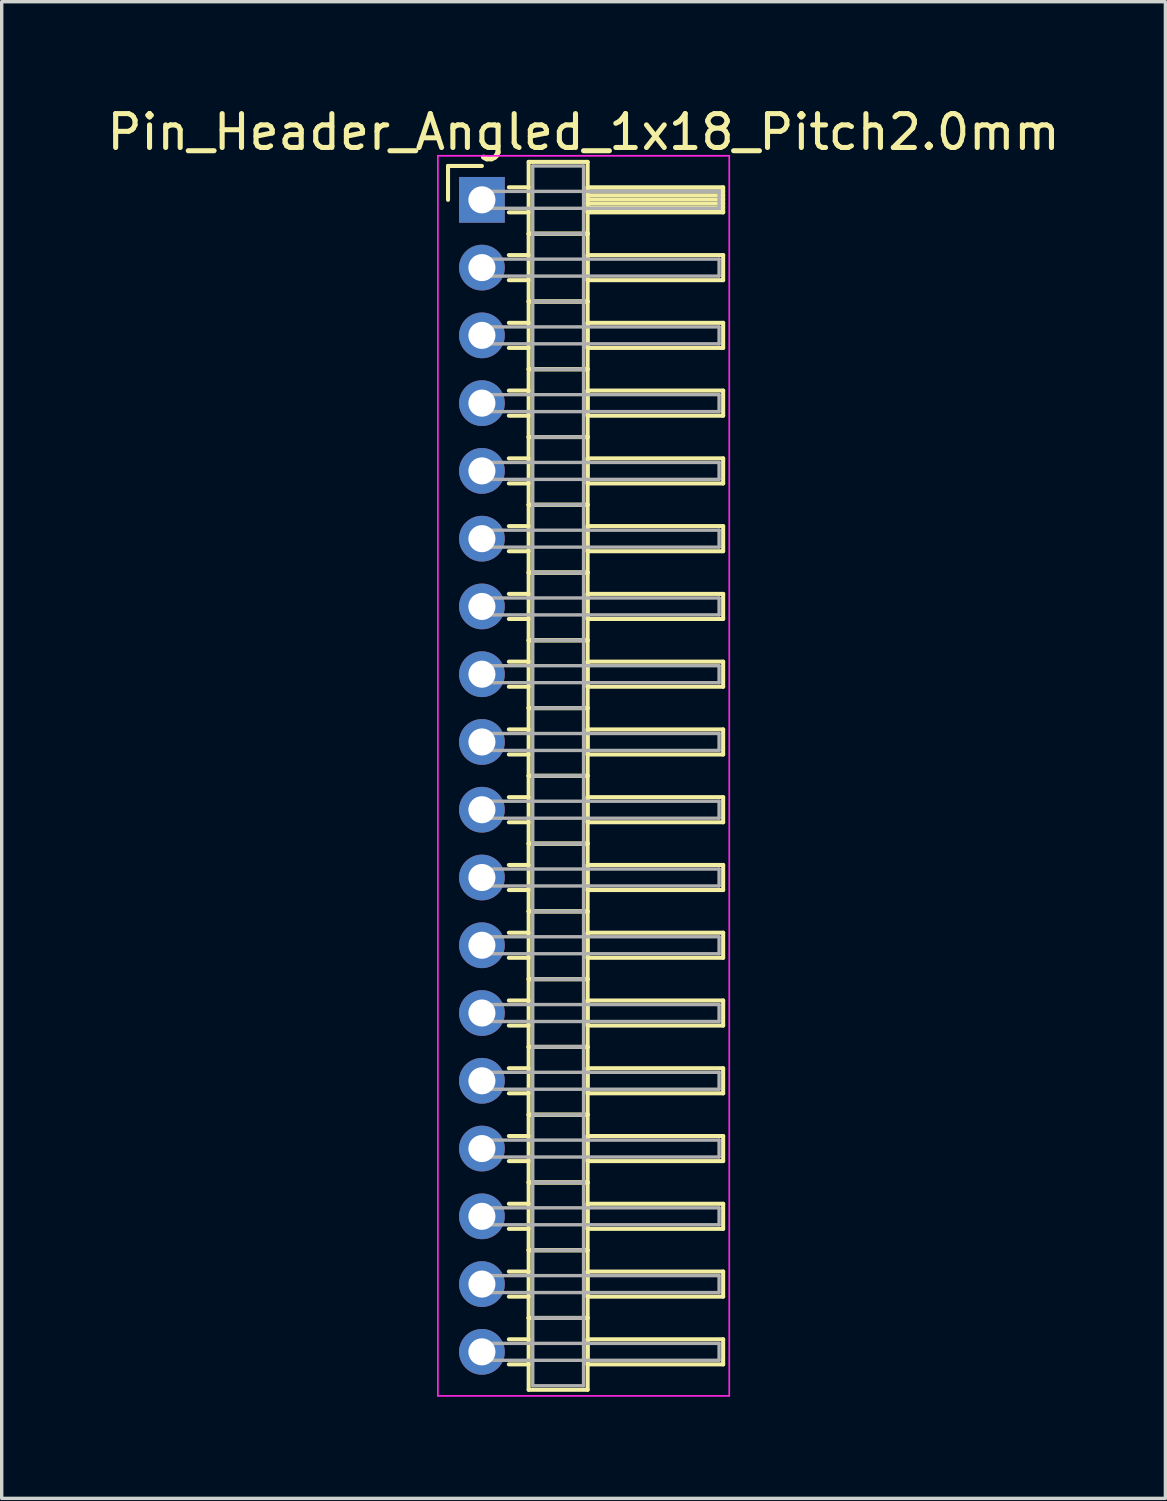
<source format=kicad_pcb>
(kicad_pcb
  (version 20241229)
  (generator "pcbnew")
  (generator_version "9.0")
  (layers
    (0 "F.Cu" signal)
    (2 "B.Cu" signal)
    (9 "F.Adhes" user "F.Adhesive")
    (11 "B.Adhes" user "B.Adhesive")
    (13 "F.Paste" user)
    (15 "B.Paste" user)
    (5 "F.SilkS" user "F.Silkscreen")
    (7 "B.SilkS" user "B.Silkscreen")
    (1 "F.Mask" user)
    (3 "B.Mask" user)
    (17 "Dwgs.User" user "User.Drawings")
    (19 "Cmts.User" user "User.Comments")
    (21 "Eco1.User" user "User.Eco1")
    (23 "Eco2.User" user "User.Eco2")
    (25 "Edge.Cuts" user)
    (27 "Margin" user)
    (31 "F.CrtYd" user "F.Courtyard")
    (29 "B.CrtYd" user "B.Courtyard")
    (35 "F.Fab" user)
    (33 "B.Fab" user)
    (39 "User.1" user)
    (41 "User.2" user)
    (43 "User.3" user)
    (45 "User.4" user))
  (footprint "Pin_Header_Angled_1x18_Pitch2.0mm"
    (layer "F.Cu")
    (at 11.173 2.848)
    (property "Reference" "Pin_Header_Angled_1x18_Pitch2.0mm" (at 3 -2 0) (layer "F.SilkS") (effects (font (size 1 1) (thickness 0.15))))
    (attr through_hole)
    (fp_line (start -1 -1) (end 0 -1) (stroke (width 0.12) (type solid)) (layer "F.SilkS"))
    (fp_line (start -1 0) (end -1 -1) (stroke (width 0.12) (type solid)) (layer "F.SilkS"))
    (fp_line (start 0.795 -0.37) (end 1.38 -0.37) (stroke (width 0.12) (type solid)) (layer "F.SilkS"))
    (fp_line (start 0.795 0.37) (end 1.38 0.37) (stroke (width 0.12) (type solid)) (layer "F.SilkS"))
    (fp_line (start 0.795 1.63) (end 1.38 1.63) (stroke (width 0.12) (type solid)) (layer "F.SilkS"))
    (fp_line (start 0.795 2.37) (end 1.38 2.37) (stroke (width 0.12) (type solid)) (layer "F.SilkS"))
    (fp_line (start 0.795 3.63) (end 1.38 3.63) (stroke (width 0.12) (type solid)) (layer "F.SilkS"))
    (fp_line (start 0.795 4.37) (end 1.38 4.37) (stroke (width 0.12) (type solid)) (layer "F.SilkS"))
    (fp_line (start 0.795 5.63) (end 1.38 5.63) (stroke (width 0.12) (type solid)) (layer "F.SilkS"))
    (fp_line (start 0.795 6.37) (end 1.38 6.37) (stroke (width 0.12) (type solid)) (layer "F.SilkS"))
    (fp_line (start 0.795 7.63) (end 1.38 7.63) (stroke (width 0.12) (type solid)) (layer "F.SilkS"))
    (fp_line (start 0.795 8.37) (end 1.38 8.37) (stroke (width 0.12) (type solid)) (layer "F.SilkS"))
    (fp_line (start 0.795 9.63) (end 1.38 9.63) (stroke (width 0.12) (type solid)) (layer "F.SilkS"))
    (fp_line (start 0.795 10.37) (end 1.38 10.37) (stroke (width 0.12) (type solid)) (layer "F.SilkS"))
    (fp_line (start 0.795 11.63) (end 1.38 11.63) (stroke (width 0.12) (type solid)) (layer "F.SilkS"))
    (fp_line (start 0.795 12.37) (end 1.38 12.37) (stroke (width 0.12) (type solid)) (layer "F.SilkS"))
    (fp_line (start 0.795 13.63) (end 1.38 13.63) (stroke (width 0.12) (type solid)) (layer "F.SilkS"))
    (fp_line (start 0.795 14.37) (end 1.38 14.37) (stroke (width 0.12) (type solid)) (layer "F.SilkS"))
    (fp_line (start 0.795 15.63) (end 1.38 15.63) (stroke (width 0.12) (type solid)) (layer "F.SilkS"))
    (fp_line (start 0.795 16.37) (end 1.38 16.37) (stroke (width 0.12) (type solid)) (layer "F.SilkS"))
    (fp_line (start 0.795 17.63) (end 1.38 17.63) (stroke (width 0.12) (type solid)) (layer "F.SilkS"))
    (fp_line (start 0.795 18.37) (end 1.38 18.37) (stroke (width 0.12) (type solid)) (layer "F.SilkS"))
    (fp_line (start 0.795 19.63) (end 1.38 19.63) (stroke (width 0.12) (type solid)) (layer "F.SilkS"))
    (fp_line (start 0.795 20.37) (end 1.38 20.37) (stroke (width 0.12) (type solid)) (layer "F.SilkS"))
    (fp_line (start 0.795 21.63) (end 1.38 21.63) (stroke (width 0.12) (type solid)) (layer "F.SilkS"))
    (fp_line (start 0.795 22.37) (end 1.38 22.37) (stroke (width 0.12) (type solid)) (layer "F.SilkS"))
    (fp_line (start 0.795 23.63) (end 1.38 23.63) (stroke (width 0.12) (type solid)) (layer "F.SilkS"))
    (fp_line (start 0.795 24.37) (end 1.38 24.37) (stroke (width 0.12) (type solid)) (layer "F.SilkS"))
    (fp_line (start 0.795 25.63) (end 1.38 25.63) (stroke (width 0.12) (type solid)) (layer "F.SilkS"))
    (fp_line (start 0.795 26.37) (end 1.38 26.37) (stroke (width 0.12) (type solid)) (layer "F.SilkS"))
    (fp_line (start 0.795 27.63) (end 1.38 27.63) (stroke (width 0.12) (type solid)) (layer "F.SilkS"))
    (fp_line (start 0.795 28.37) (end 1.38 28.37) (stroke (width 0.12) (type solid)) (layer "F.SilkS"))
    (fp_line (start 0.795 29.63) (end 1.38 29.63) (stroke (width 0.12) (type solid)) (layer "F.SilkS"))
    (fp_line (start 0.795 30.37) (end 1.38 30.37) (stroke (width 0.12) (type solid)) (layer "F.SilkS"))
    (fp_line (start 0.795 31.63) (end 1.38 31.63) (stroke (width 0.12) (type solid)) (layer "F.SilkS"))
    (fp_line (start 0.795 32.37) (end 1.38 32.37) (stroke (width 0.12) (type solid)) (layer "F.SilkS"))
    (fp_line (start 0.795 33.63) (end 1.38 33.63) (stroke (width 0.12) (type solid)) (layer "F.SilkS"))
    (fp_line (start 0.795 34.37) (end 1.38 34.37) (stroke (width 0.12) (type solid)) (layer "F.SilkS"))
    (fp_line (start 1.38 -1.12) (end 1.38 1) (stroke (width 0.12) (type solid)) (layer "F.SilkS"))
    (fp_line (start 1.38 1) (end 1.38 3) (stroke (width 0.12) (type solid)) (layer "F.SilkS"))
    (fp_line (start 1.38 1) (end 3.12 1) (stroke (width 0.12) (type solid)) (layer "F.SilkS"))
    (fp_line (start 1.38 3) (end 1.38 5) (stroke (width 0.12) (type solid)) (layer "F.SilkS"))
    (fp_line (start 1.38 3) (end 3.12 3) (stroke (width 0.12) (type solid)) (layer "F.SilkS"))
    (fp_line (start 1.38 5) (end 1.38 7) (stroke (width 0.12) (type solid)) (layer "F.SilkS"))
    (fp_line (start 1.38 5) (end 3.12 5) (stroke (width 0.12) (type solid)) (layer "F.SilkS"))
    (fp_line (start 1.38 7) (end 1.38 9) (stroke (width 0.12) (type solid)) (layer "F.SilkS"))
    (fp_line (start 1.38 7) (end 3.12 7) (stroke (width 0.12) (type solid)) (layer "F.SilkS"))
    (fp_line (start 1.38 9) (end 1.38 11) (stroke (width 0.12) (type solid)) (layer "F.SilkS"))
    (fp_line (start 1.38 9) (end 3.12 9) (stroke (width 0.12) (type solid)) (layer "F.SilkS"))
    (fp_line (start 1.38 11) (end 1.38 13) (stroke (width 0.12) (type solid)) (layer "F.SilkS"))
    (fp_line (start 1.38 11) (end 3.12 11) (stroke (width 0.12) (type solid)) (layer "F.SilkS"))
    (fp_line (start 1.38 13) (end 1.38 15) (stroke (width 0.12) (type solid)) (layer "F.SilkS"))
    (fp_line (start 1.38 13) (end 3.12 13) (stroke (width 0.12) (type solid)) (layer "F.SilkS"))
    (fp_line (start 1.38 15) (end 1.38 17) (stroke (width 0.12) (type solid)) (layer "F.SilkS"))
    (fp_line (start 1.38 15) (end 3.12 15) (stroke (width 0.12) (type solid)) (layer "F.SilkS"))
    (fp_line (start 1.38 17) (end 1.38 19) (stroke (width 0.12) (type solid)) (layer "F.SilkS"))
    (fp_line (start 1.38 17) (end 3.12 17) (stroke (width 0.12) (type solid)) (layer "F.SilkS"))
    (fp_line (start 1.38 19) (end 1.38 21) (stroke (width 0.12) (type solid)) (layer "F.SilkS"))
    (fp_line (start 1.38 19) (end 3.12 19) (stroke (width 0.12) (type solid)) (layer "F.SilkS"))
    (fp_line (start 1.38 21) (end 1.38 23) (stroke (width 0.12) (type solid)) (layer "F.SilkS"))
    (fp_line (start 1.38 21) (end 3.12 21) (stroke (width 0.12) (type solid)) (layer "F.SilkS"))
    (fp_line (start 1.38 23) (end 1.38 25) (stroke (width 0.12) (type solid)) (layer "F.SilkS"))
    (fp_line (start 1.38 23) (end 3.12 23) (stroke (width 0.12) (type solid)) (layer "F.SilkS"))
    (fp_line (start 1.38 25) (end 1.38 27) (stroke (width 0.12) (type solid)) (layer "F.SilkS"))
    (fp_line (start 1.38 25) (end 3.12 25) (stroke (width 0.12) (type solid)) (layer "F.SilkS"))
    (fp_line (start 1.38 27) (end 1.38 29) (stroke (width 0.12) (type solid)) (layer "F.SilkS"))
    (fp_line (start 1.38 27) (end 3.12 27) (stroke (width 0.12) (type solid)) (layer "F.SilkS"))
    (fp_line (start 1.38 29) (end 1.38 31) (stroke (width 0.12) (type solid)) (layer "F.SilkS"))
    (fp_line (start 1.38 29) (end 3.12 29) (stroke (width 0.12) (type solid)) (layer "F.SilkS"))
    (fp_line (start 1.38 31) (end 1.38 33) (stroke (width 0.12) (type solid)) (layer "F.SilkS"))
    (fp_line (start 1.38 31) (end 3.12 31) (stroke (width 0.12) (type solid)) (layer "F.SilkS"))
    (fp_line (start 1.38 33) (end 1.38 35.12) (stroke (width 0.12) (type solid)) (layer "F.SilkS"))
    (fp_line (start 1.38 33) (end 3.12 33) (stroke (width 0.12) (type solid)) (layer "F.SilkS"))
    (fp_line (start 1.38 35.12) (end 3.12 35.12) (stroke (width 0.12) (type solid)) (layer "F.SilkS"))
    (fp_line (start 3.12 -1.12) (end 1.38 -1.12) (stroke (width 0.12) (type solid)) (layer "F.SilkS"))
    (fp_line (start 3.12 -0.37) (end 3.12 0.37) (stroke (width 0.12) (type solid)) (layer "F.SilkS"))
    (fp_line (start 3.12 -0.25) (end 7.12 -0.25) (stroke (width 0.12) (type solid)) (layer "F.SilkS"))
    (fp_line (start 3.12 -0.13) (end 7.12 -0.13) (stroke (width 0.12) (type solid)) (layer "F.SilkS"))
    (fp_line (start 3.12 -0.01) (end 7.12 -0.01) (stroke (width 0.12) (type solid)) (layer "F.SilkS"))
    (fp_line (start 3.12 0.11) (end 7.12 0.11) (stroke (width 0.12) (type solid)) (layer "F.SilkS"))
    (fp_line (start 3.12 0.23) (end 7.12 0.23) (stroke (width 0.12) (type solid)) (layer "F.SilkS"))
    (fp_line (start 3.12 0.35) (end 7.12 0.35) (stroke (width 0.12) (type solid)) (layer "F.SilkS"))
    (fp_line (start 3.12 0.37) (end 7.12 0.37) (stroke (width 0.12) (type solid)) (layer "F.SilkS"))
    (fp_line (start 3.12 1) (end 1.38 1) (stroke (width 0.12) (type solid)) (layer "F.SilkS"))
    (fp_line (start 3.12 1) (end 3.12 -1.12) (stroke (width 0.12) (type solid)) (layer "F.SilkS"))
    (fp_line (start 3.12 1.63) (end 3.12 2.37) (stroke (width 0.12) (type solid)) (layer "F.SilkS"))
    (fp_line (start 3.12 2.37) (end 7.12 2.37) (stroke (width 0.12) (type solid)) (layer "F.SilkS"))
    (fp_line (start 3.12 3) (end 1.38 3) (stroke (width 0.12) (type solid)) (layer "F.SilkS"))
    (fp_line (start 3.12 3) (end 3.12 1) (stroke (width 0.12) (type solid)) (layer "F.SilkS"))
    (fp_line (start 3.12 3.63) (end 3.12 4.37) (stroke (width 0.12) (type solid)) (layer "F.SilkS"))
    (fp_line (start 3.12 4.37) (end 7.12 4.37) (stroke (width 0.12) (type solid)) (layer "F.SilkS"))
    (fp_line (start 3.12 5) (end 1.38 5) (stroke (width 0.12) (type solid)) (layer "F.SilkS"))
    (fp_line (start 3.12 5) (end 3.12 3) (stroke (width 0.12) (type solid)) (layer "F.SilkS"))
    (fp_line (start 3.12 5.63) (end 3.12 6.37) (stroke (width 0.12) (type solid)) (layer "F.SilkS"))
    (fp_line (start 3.12 6.37) (end 7.12 6.37) (stroke (width 0.12) (type solid)) (layer "F.SilkS"))
    (fp_line (start 3.12 7) (end 1.38 7) (stroke (width 0.12) (type solid)) (layer "F.SilkS"))
    (fp_line (start 3.12 7) (end 3.12 5) (stroke (width 0.12) (type solid)) (layer "F.SilkS"))
    (fp_line (start 3.12 7.63) (end 3.12 8.37) (stroke (width 0.12) (type solid)) (layer "F.SilkS"))
    (fp_line (start 3.12 8.37) (end 7.12 8.37) (stroke (width 0.12) (type solid)) (layer "F.SilkS"))
    (fp_line (start 3.12 9) (end 1.38 9) (stroke (width 0.12) (type solid)) (layer "F.SilkS"))
    (fp_line (start 3.12 9) (end 3.12 7) (stroke (width 0.12) (type solid)) (layer "F.SilkS"))
    (fp_line (start 3.12 9.63) (end 3.12 10.37) (stroke (width 0.12) (type solid)) (layer "F.SilkS"))
    (fp_line (start 3.12 10.37) (end 7.12 10.37) (stroke (width 0.12) (type solid)) (layer "F.SilkS"))
    (fp_line (start 3.12 11) (end 1.38 11) (stroke (width 0.12) (type solid)) (layer "F.SilkS"))
    (fp_line (start 3.12 11) (end 3.12 9) (stroke (width 0.12) (type solid)) (layer "F.SilkS"))
    (fp_line (start 3.12 11.63) (end 3.12 12.37) (stroke (width 0.12) (type solid)) (layer "F.SilkS"))
    (fp_line (start 3.12 12.37) (end 7.12 12.37) (stroke (width 0.12) (type solid)) (layer "F.SilkS"))
    (fp_line (start 3.12 13) (end 1.38 13) (stroke (width 0.12) (type solid)) (layer "F.SilkS"))
    (fp_line (start 3.12 13) (end 3.12 11) (stroke (width 0.12) (type solid)) (layer "F.SilkS"))
    (fp_line (start 3.12 13.63) (end 3.12 14.37) (stroke (width 0.12) (type solid)) (layer "F.SilkS"))
    (fp_line (start 3.12 14.37) (end 7.12 14.37) (stroke (width 0.12) (type solid)) (layer "F.SilkS"))
    (fp_line (start 3.12 15) (end 1.38 15) (stroke (width 0.12) (type solid)) (layer "F.SilkS"))
    (fp_line (start 3.12 15) (end 3.12 13) (stroke (width 0.12) (type solid)) (layer "F.SilkS"))
    (fp_line (start 3.12 15.63) (end 3.12 16.37) (stroke (width 0.12) (type solid)) (layer "F.SilkS"))
    (fp_line (start 3.12 16.37) (end 7.12 16.37) (stroke (width 0.12) (type solid)) (layer "F.SilkS"))
    (fp_line (start 3.12 17) (end 1.38 17) (stroke (width 0.12) (type solid)) (layer "F.SilkS"))
    (fp_line (start 3.12 17) (end 3.12 15) (stroke (width 0.12) (type solid)) (layer "F.SilkS"))
    (fp_line (start 3.12 17.63) (end 3.12 18.37) (stroke (width 0.12) (type solid)) (layer "F.SilkS"))
    (fp_line (start 3.12 18.37) (end 7.12 18.37) (stroke (width 0.12) (type solid)) (layer "F.SilkS"))
    (fp_line (start 3.12 19) (end 1.38 19) (stroke (width 0.12) (type solid)) (layer "F.SilkS"))
    (fp_line (start 3.12 19) (end 3.12 17) (stroke (width 0.12) (type solid)) (layer "F.SilkS"))
    (fp_line (start 3.12 19.63) (end 3.12 20.37) (stroke (width 0.12) (type solid)) (layer "F.SilkS"))
    (fp_line (start 3.12 20.37) (end 7.12 20.37) (stroke (width 0.12) (type solid)) (layer "F.SilkS"))
    (fp_line (start 3.12 21) (end 1.38 21) (stroke (width 0.12) (type solid)) (layer "F.SilkS"))
    (fp_line (start 3.12 21) (end 3.12 19) (stroke (width 0.12) (type solid)) (layer "F.SilkS"))
    (fp_line (start 3.12 21.63) (end 3.12 22.37) (stroke (width 0.12) (type solid)) (layer "F.SilkS"))
    (fp_line (start 3.12 22.37) (end 7.12 22.37) (stroke (width 0.12) (type solid)) (layer "F.SilkS"))
    (fp_line (start 3.12 23) (end 1.38 23) (stroke (width 0.12) (type solid)) (layer "F.SilkS"))
    (fp_line (start 3.12 23) (end 3.12 21) (stroke (width 0.12) (type solid)) (layer "F.SilkS"))
    (fp_line (start 3.12 23.63) (end 3.12 24.37) (stroke (width 0.12) (type solid)) (layer "F.SilkS"))
    (fp_line (start 3.12 24.37) (end 7.12 24.37) (stroke (width 0.12) (type solid)) (layer "F.SilkS"))
    (fp_line (start 3.12 25) (end 1.38 25) (stroke (width 0.12) (type solid)) (layer "F.SilkS"))
    (fp_line (start 3.12 25) (end 3.12 23) (stroke (width 0.12) (type solid)) (layer "F.SilkS"))
    (fp_line (start 3.12 25.63) (end 3.12 26.37) (stroke (width 0.12) (type solid)) (layer "F.SilkS"))
    (fp_line (start 3.12 26.37) (end 7.12 26.37) (stroke (width 0.12) (type solid)) (layer "F.SilkS"))
    (fp_line (start 3.12 27) (end 1.38 27) (stroke (width 0.12) (type solid)) (layer "F.SilkS"))
    (fp_line (start 3.12 27) (end 3.12 25) (stroke (width 0.12) (type solid)) (layer "F.SilkS"))
    (fp_line (start 3.12 27.63) (end 3.12 28.37) (stroke (width 0.12) (type solid)) (layer "F.SilkS"))
    (fp_line (start 3.12 28.37) (end 7.12 28.37) (stroke (width 0.12) (type solid)) (layer "F.SilkS"))
    (fp_line (start 3.12 29) (end 1.38 29) (stroke (width 0.12) (type solid)) (layer "F.SilkS"))
    (fp_line (start 3.12 29) (end 3.12 27) (stroke (width 0.12) (type solid)) (layer "F.SilkS"))
    (fp_line (start 3.12 29.63) (end 3.12 30.37) (stroke (width 0.12) (type solid)) (layer "F.SilkS"))
    (fp_line (start 3.12 30.37) (end 7.12 30.37) (stroke (width 0.12) (type solid)) (layer "F.SilkS"))
    (fp_line (start 3.12 31) (end 1.38 31) (stroke (width 0.12) (type solid)) (layer "F.SilkS"))
    (fp_line (start 3.12 31) (end 3.12 29) (stroke (width 0.12) (type solid)) (layer "F.SilkS"))
    (fp_line (start 3.12 31.63) (end 3.12 32.37) (stroke (width 0.12) (type solid)) (layer "F.SilkS"))
    (fp_line (start 3.12 32.37) (end 7.12 32.37) (stroke (width 0.12) (type solid)) (layer "F.SilkS"))
    (fp_line (start 3.12 33) (end 1.38 33) (stroke (width 0.12) (type solid)) (layer "F.SilkS"))
    (fp_line (start 3.12 33) (end 3.12 31) (stroke (width 0.12) (type solid)) (layer "F.SilkS"))
    (fp_line (start 3.12 33.63) (end 3.12 34.37) (stroke (width 0.12) (type solid)) (layer "F.SilkS"))
    (fp_line (start 3.12 34.37) (end 7.12 34.37) (stroke (width 0.12) (type solid)) (layer "F.SilkS"))
    (fp_line (start 3.12 35.12) (end 3.12 33) (stroke (width 0.12) (type solid)) (layer "F.SilkS"))
    (fp_line (start 7.12 -0.37) (end 3.12 -0.37) (stroke (width 0.12) (type solid)) (layer "F.SilkS"))
    (fp_line (start 7.12 0.37) (end 7.12 -0.37) (stroke (width 0.12) (type solid)) (layer "F.SilkS"))
    (fp_line (start 7.12 1.63) (end 3.12 1.63) (stroke (width 0.12) (type solid)) (layer "F.SilkS"))
    (fp_line (start 7.12 2.37) (end 7.12 1.63) (stroke (width 0.12) (type solid)) (layer "F.SilkS"))
    (fp_line (start 7.12 3.63) (end 3.12 3.63) (stroke (width 0.12) (type solid)) (layer "F.SilkS"))
    (fp_line (start 7.12 4.37) (end 7.12 3.63) (stroke (width 0.12) (type solid)) (layer "F.SilkS"))
    (fp_line (start 7.12 5.63) (end 3.12 5.63) (stroke (width 0.12) (type solid)) (layer "F.SilkS"))
    (fp_line (start 7.12 6.37) (end 7.12 5.63) (stroke (width 0.12) (type solid)) (layer "F.SilkS"))
    (fp_line (start 7.12 7.63) (end 3.12 7.63) (stroke (width 0.12) (type solid)) (layer "F.SilkS"))
    (fp_line (start 7.12 8.37) (end 7.12 7.63) (stroke (width 0.12) (type solid)) (layer "F.SilkS"))
    (fp_line (start 7.12 9.63) (end 3.12 9.63) (stroke (width 0.12) (type solid)) (layer "F.SilkS"))
    (fp_line (start 7.12 10.37) (end 7.12 9.63) (stroke (width 0.12) (type solid)) (layer "F.SilkS"))
    (fp_line (start 7.12 11.63) (end 3.12 11.63) (stroke (width 0.12) (type solid)) (layer "F.SilkS"))
    (fp_line (start 7.12 12.37) (end 7.12 11.63) (stroke (width 0.12) (type solid)) (layer "F.SilkS"))
    (fp_line (start 7.12 13.63) (end 3.12 13.63) (stroke (width 0.12) (type solid)) (layer "F.SilkS"))
    (fp_line (start 7.12 14.37) (end 7.12 13.63) (stroke (width 0.12) (type solid)) (layer "F.SilkS"))
    (fp_line (start 7.12 15.63) (end 3.12 15.63) (stroke (width 0.12) (type solid)) (layer "F.SilkS"))
    (fp_line (start 7.12 16.37) (end 7.12 15.63) (stroke (width 0.12) (type solid)) (layer "F.SilkS"))
    (fp_line (start 7.12 17.63) (end 3.12 17.63) (stroke (width 0.12) (type solid)) (layer "F.SilkS"))
    (fp_line (start 7.12 18.37) (end 7.12 17.63) (stroke (width 0.12) (type solid)) (layer "F.SilkS"))
    (fp_line (start 7.12 19.63) (end 3.12 19.63) (stroke (width 0.12) (type solid)) (layer "F.SilkS"))
    (fp_line (start 7.12 20.37) (end 7.12 19.63) (stroke (width 0.12) (type solid)) (layer "F.SilkS"))
    (fp_line (start 7.12 21.63) (end 3.12 21.63) (stroke (width 0.12) (type solid)) (layer "F.SilkS"))
    (fp_line (start 7.12 22.37) (end 7.12 21.63) (stroke (width 0.12) (type solid)) (layer "F.SilkS"))
    (fp_line (start 7.12 23.63) (end 3.12 23.63) (stroke (width 0.12) (type solid)) (layer "F.SilkS"))
    (fp_line (start 7.12 24.37) (end 7.12 23.63) (stroke (width 0.12) (type solid)) (layer "F.SilkS"))
    (fp_line (start 7.12 25.63) (end 3.12 25.63) (stroke (width 0.12) (type solid)) (layer "F.SilkS"))
    (fp_line (start 7.12 26.37) (end 7.12 25.63) (stroke (width 0.12) (type solid)) (layer "F.SilkS"))
    (fp_line (start 7.12 27.63) (end 3.12 27.63) (stroke (width 0.12) (type solid)) (layer "F.SilkS"))
    (fp_line (start 7.12 28.37) (end 7.12 27.63) (stroke (width 0.12) (type solid)) (layer "F.SilkS"))
    (fp_line (start 7.12 29.63) (end 3.12 29.63) (stroke (width 0.12) (type solid)) (layer "F.SilkS"))
    (fp_line (start 7.12 30.37) (end 7.12 29.63) (stroke (width 0.12) (type solid)) (layer "F.SilkS"))
    (fp_line (start 7.12 31.63) (end 3.12 31.63) (stroke (width 0.12) (type solid)) (layer "F.SilkS"))
    (fp_line (start 7.12 32.37) (end 7.12 31.63) (stroke (width 0.12) (type solid)) (layer "F.SilkS"))
    (fp_line (start 7.12 33.63) (end 3.12 33.63) (stroke (width 0.12) (type solid)) (layer "F.SilkS"))
    (fp_line (start 7.12 34.37) (end 7.12 33.63) (stroke (width 0.12) (type solid)) (layer "F.SilkS"))
    (fp_line (start -1.3 -1.3) (end -1.3 35.3) (stroke (width 0.05) (type solid)) (layer "F.CrtYd"))
    (fp_line (start -1.3 35.3) (end 7.3 35.3) (stroke (width 0.05) (type solid)) (layer "F.CrtYd"))
    (fp_line (start 7.3 -1.3) (end -1.3 -1.3) (stroke (width 0.05) (type solid)) (layer "F.CrtYd"))
    (fp_line (start 7.3 35.3) (end 7.3 -1.3) (stroke (width 0.05) (type solid)) (layer "F.CrtYd"))
    (fp_line (start 0 -0.25) (end 0 0.25) (stroke (width 0.1) (type solid)) (layer "F.Fab"))
    (fp_line (start 0 0.25) (end 7 0.25) (stroke (width 0.1) (type solid)) (layer "F.Fab"))
    (fp_line (start 0 1.75) (end 0 2.25) (stroke (width 0.1) (type solid)) (layer "F.Fab"))
    (fp_line (start 0 2.25) (end 7 2.25) (stroke (width 0.1) (type solid)) (layer "F.Fab"))
    (fp_line (start 0 3.75) (end 0 4.25) (stroke (width 0.1) (type solid)) (layer "F.Fab"))
    (fp_line (start 0 4.25) (end 7 4.25) (stroke (width 0.1) (type solid)) (layer "F.Fab"))
    (fp_line (start 0 5.75) (end 0 6.25) (stroke (width 0.1) (type solid)) (layer "F.Fab"))
    (fp_line (start 0 6.25) (end 7 6.25) (stroke (width 0.1) (type solid)) (layer "F.Fab"))
    (fp_line (start 0 7.75) (end 0 8.25) (stroke (width 0.1) (type solid)) (layer "F.Fab"))
    (fp_line (start 0 8.25) (end 7 8.25) (stroke (width 0.1) (type solid)) (layer "F.Fab"))
    (fp_line (start 0 9.75) (end 0 10.25) (stroke (width 0.1) (type solid)) (layer "F.Fab"))
    (fp_line (start 0 10.25) (end 7 10.25) (stroke (width 0.1) (type solid)) (layer "F.Fab"))
    (fp_line (start 0 11.75) (end 0 12.25) (stroke (width 0.1) (type solid)) (layer "F.Fab"))
    (fp_line (start 0 12.25) (end 7 12.25) (stroke (width 0.1) (type solid)) (layer "F.Fab"))
    (fp_line (start 0 13.75) (end 0 14.25) (stroke (width 0.1) (type solid)) (layer "F.Fab"))
    (fp_line (start 0 14.25) (end 7 14.25) (stroke (width 0.1) (type solid)) (layer "F.Fab"))
    (fp_line (start 0 15.75) (end 0 16.25) (stroke (width 0.1) (type solid)) (layer "F.Fab"))
    (fp_line (start 0 16.25) (end 7 16.25) (stroke (width 0.1) (type solid)) (layer "F.Fab"))
    (fp_line (start 0 17.75) (end 0 18.25) (stroke (width 0.1) (type solid)) (layer "F.Fab"))
    (fp_line (start 0 18.25) (end 7 18.25) (stroke (width 0.1) (type solid)) (layer "F.Fab"))
    (fp_line (start 0 19.75) (end 0 20.25) (stroke (width 0.1) (type solid)) (layer "F.Fab"))
    (fp_line (start 0 20.25) (end 7 20.25) (stroke (width 0.1) (type solid)) (layer "F.Fab"))
    (fp_line (start 0 21.75) (end 0 22.25) (stroke (width 0.1) (type solid)) (layer "F.Fab"))
    (fp_line (start 0 22.25) (end 7 22.25) (stroke (width 0.1) (type solid)) (layer "F.Fab"))
    (fp_line (start 0 23.75) (end 0 24.25) (stroke (width 0.1) (type solid)) (layer "F.Fab"))
    (fp_line (start 0 24.25) (end 7 24.25) (stroke (width 0.1) (type solid)) (layer "F.Fab"))
    (fp_line (start 0 25.75) (end 0 26.25) (stroke (width 0.1) (type solid)) (layer "F.Fab"))
    (fp_line (start 0 26.25) (end 7 26.25) (stroke (width 0.1) (type solid)) (layer "F.Fab"))
    (fp_line (start 0 27.75) (end 0 28.25) (stroke (width 0.1) (type solid)) (layer "F.Fab"))
    (fp_line (start 0 28.25) (end 7 28.25) (stroke (width 0.1) (type solid)) (layer "F.Fab"))
    (fp_line (start 0 29.75) (end 0 30.25) (stroke (width 0.1) (type solid)) (layer "F.Fab"))
    (fp_line (start 0 30.25) (end 7 30.25) (stroke (width 0.1) (type solid)) (layer "F.Fab"))
    (fp_line (start 0 31.75) (end 0 32.25) (stroke (width 0.1) (type solid)) (layer "F.Fab"))
    (fp_line (start 0 32.25) (end 7 32.25) (stroke (width 0.1) (type solid)) (layer "F.Fab"))
    (fp_line (start 0 33.75) (end 0 34.25) (stroke (width 0.1) (type solid)) (layer "F.Fab"))
    (fp_line (start 0 34.25) (end 7 34.25) (stroke (width 0.1) (type solid)) (layer "F.Fab"))
    (fp_line (start 1.5 -1) (end 1.5 1) (stroke (width 0.1) (type solid)) (layer "F.Fab"))
    (fp_line (start 1.5 1) (end 1.5 3) (stroke (width 0.1) (type solid)) (layer "F.Fab"))
    (fp_line (start 1.5 1) (end 3 1) (stroke (width 0.1) (type solid)) (layer "F.Fab"))
    (fp_line (start 1.5 3) (end 1.5 5) (stroke (width 0.1) (type solid)) (layer "F.Fab"))
    (fp_line (start 1.5 3) (end 3 3) (stroke (width 0.1) (type solid)) (layer "F.Fab"))
    (fp_line (start 1.5 5) (end 1.5 7) (stroke (width 0.1) (type solid)) (layer "F.Fab"))
    (fp_line (start 1.5 5) (end 3 5) (stroke (width 0.1) (type solid)) (layer "F.Fab"))
    (fp_line (start 1.5 7) (end 1.5 9) (stroke (width 0.1) (type solid)) (layer "F.Fab"))
    (fp_line (start 1.5 7) (end 3 7) (stroke (width 0.1) (type solid)) (layer "F.Fab"))
    (fp_line (start 1.5 9) (end 1.5 11) (stroke (width 0.1) (type solid)) (layer "F.Fab"))
    (fp_line (start 1.5 9) (end 3 9) (stroke (width 0.1) (type solid)) (layer "F.Fab"))
    (fp_line (start 1.5 11) (end 1.5 13) (stroke (width 0.1) (type solid)) (layer "F.Fab"))
    (fp_line (start 1.5 11) (end 3 11) (stroke (width 0.1) (type solid)) (layer "F.Fab"))
    (fp_line (start 1.5 13) (end 1.5 15) (stroke (width 0.1) (type solid)) (layer "F.Fab"))
    (fp_line (start 1.5 13) (end 3 13) (stroke (width 0.1) (type solid)) (layer "F.Fab"))
    (fp_line (start 1.5 15) (end 1.5 17) (stroke (width 0.1) (type solid)) (layer "F.Fab"))
    (fp_line (start 1.5 15) (end 3 15) (stroke (width 0.1) (type solid)) (layer "F.Fab"))
    (fp_line (start 1.5 17) (end 1.5 19) (stroke (width 0.1) (type solid)) (layer "F.Fab"))
    (fp_line (start 1.5 17) (end 3 17) (stroke (width 0.1) (type solid)) (layer "F.Fab"))
    (fp_line (start 1.5 19) (end 1.5 21) (stroke (width 0.1) (type solid)) (layer "F.Fab"))
    (fp_line (start 1.5 19) (end 3 19) (stroke (width 0.1) (type solid)) (layer "F.Fab"))
    (fp_line (start 1.5 21) (end 1.5 23) (stroke (width 0.1) (type solid)) (layer "F.Fab"))
    (fp_line (start 1.5 21) (end 3 21) (stroke (width 0.1) (type solid)) (layer "F.Fab"))
    (fp_line (start 1.5 23) (end 1.5 25) (stroke (width 0.1) (type solid)) (layer "F.Fab"))
    (fp_line (start 1.5 23) (end 3 23) (stroke (width 0.1) (type solid)) (layer "F.Fab"))
    (fp_line (start 1.5 25) (end 1.5 27) (stroke (width 0.1) (type solid)) (layer "F.Fab"))
    (fp_line (start 1.5 25) (end 3 25) (stroke (width 0.1) (type solid)) (layer "F.Fab"))
    (fp_line (start 1.5 27) (end 1.5 29) (stroke (width 0.1) (type solid)) (layer "F.Fab"))
    (fp_line (start 1.5 27) (end 3 27) (stroke (width 0.1) (type solid)) (layer "F.Fab"))
    (fp_line (start 1.5 29) (end 1.5 31) (stroke (width 0.1) (type solid)) (layer "F.Fab"))
    (fp_line (start 1.5 29) (end 3 29) (stroke (width 0.1) (type solid)) (layer "F.Fab"))
    (fp_line (start 1.5 31) (end 1.5 33) (stroke (width 0.1) (type solid)) (layer "F.Fab"))
    (fp_line (start 1.5 31) (end 3 31) (stroke (width 0.1) (type solid)) (layer "F.Fab"))
    (fp_line (start 1.5 33) (end 1.5 35) (stroke (width 0.1) (type solid)) (layer "F.Fab"))
    (fp_line (start 1.5 33) (end 3 33) (stroke (width 0.1) (type solid)) (layer "F.Fab"))
    (fp_line (start 1.5 35) (end 3 35) (stroke (width 0.1) (type solid)) (layer "F.Fab"))
    (fp_line (start 3 -1) (end 1.5 -1) (stroke (width 0.1) (type solid)) (layer "F.Fab"))
    (fp_line (start 3 1) (end 1.5 1) (stroke (width 0.1) (type solid)) (layer "F.Fab"))
    (fp_line (start 3 1) (end 3 -1) (stroke (width 0.1) (type solid)) (layer "F.Fab"))
    (fp_line (start 3 3) (end 1.5 3) (stroke (width 0.1) (type solid)) (layer "F.Fab"))
    (fp_line (start 3 3) (end 3 1) (stroke (width 0.1) (type solid)) (layer "F.Fab"))
    (fp_line (start 3 5) (end 1.5 5) (stroke (width 0.1) (type solid)) (layer "F.Fab"))
    (fp_line (start 3 5) (end 3 3) (stroke (width 0.1) (type solid)) (layer "F.Fab"))
    (fp_line (start 3 7) (end 1.5 7) (stroke (width 0.1) (type solid)) (layer "F.Fab"))
    (fp_line (start 3 7) (end 3 5) (stroke (width 0.1) (type solid)) (layer "F.Fab"))
    (fp_line (start 3 9) (end 1.5 9) (stroke (width 0.1) (type solid)) (layer "F.Fab"))
    (fp_line (start 3 9) (end 3 7) (stroke (width 0.1) (type solid)) (layer "F.Fab"))
    (fp_line (start 3 11) (end 1.5 11) (stroke (width 0.1) (type solid)) (layer "F.Fab"))
    (fp_line (start 3 11) (end 3 9) (stroke (width 0.1) (type solid)) (layer "F.Fab"))
    (fp_line (start 3 13) (end 1.5 13) (stroke (width 0.1) (type solid)) (layer "F.Fab"))
    (fp_line (start 3 13) (end 3 11) (stroke (width 0.1) (type solid)) (layer "F.Fab"))
    (fp_line (start 3 15) (end 1.5 15) (stroke (width 0.1) (type solid)) (layer "F.Fab"))
    (fp_line (start 3 15) (end 3 13) (stroke (width 0.1) (type solid)) (layer "F.Fab"))
    (fp_line (start 3 17) (end 1.5 17) (stroke (width 0.1) (type solid)) (layer "F.Fab"))
    (fp_line (start 3 17) (end 3 15) (stroke (width 0.1) (type solid)) (layer "F.Fab"))
    (fp_line (start 3 19) (end 1.5 19) (stroke (width 0.1) (type solid)) (layer "F.Fab"))
    (fp_line (start 3 19) (end 3 17) (stroke (width 0.1) (type solid)) (layer "F.Fab"))
    (fp_line (start 3 21) (end 1.5 21) (stroke (width 0.1) (type solid)) (layer "F.Fab"))
    (fp_line (start 3 21) (end 3 19) (stroke (width 0.1) (type solid)) (layer "F.Fab"))
    (fp_line (start 3 23) (end 1.5 23) (stroke (width 0.1) (type solid)) (layer "F.Fab"))
    (fp_line (start 3 23) (end 3 21) (stroke (width 0.1) (type solid)) (layer "F.Fab"))
    (fp_line (start 3 25) (end 1.5 25) (stroke (width 0.1) (type solid)) (layer "F.Fab"))
    (fp_line (start 3 25) (end 3 23) (stroke (width 0.1) (type solid)) (layer "F.Fab"))
    (fp_line (start 3 27) (end 1.5 27) (stroke (width 0.1) (type solid)) (layer "F.Fab"))
    (fp_line (start 3 27) (end 3 25) (stroke (width 0.1) (type solid)) (layer "F.Fab"))
    (fp_line (start 3 29) (end 1.5 29) (stroke (width 0.1) (type solid)) (layer "F.Fab"))
    (fp_line (start 3 29) (end 3 27) (stroke (width 0.1) (type solid)) (layer "F.Fab"))
    (fp_line (start 3 31) (end 1.5 31) (stroke (width 0.1) (type solid)) (layer "F.Fab"))
    (fp_line (start 3 31) (end 3 29) (stroke (width 0.1) (type solid)) (layer "F.Fab"))
    (fp_line (start 3 33) (end 1.5 33) (stroke (width 0.1) (type solid)) (layer "F.Fab"))
    (fp_line (start 3 33) (end 3 31) (stroke (width 0.1) (type solid)) (layer "F.Fab"))
    (fp_line (start 3 35) (end 3 33) (stroke (width 0.1) (type solid)) (layer "F.Fab"))
    (fp_line (start 7 -0.25) (end 0 -0.25) (stroke (width 0.1) (type solid)) (layer "F.Fab"))
    (fp_line (start 7 0.25) (end 7 -0.25) (stroke (width 0.1) (type solid)) (layer "F.Fab"))
    (fp_line (start 7 1.75) (end 0 1.75) (stroke (width 0.1) (type solid)) (layer "F.Fab"))
    (fp_line (start 7 2.25) (end 7 1.75) (stroke (width 0.1) (type solid)) (layer "F.Fab"))
    (fp_line (start 7 3.75) (end 0 3.75) (stroke (width 0.1) (type solid)) (layer "F.Fab"))
    (fp_line (start 7 4.25) (end 7 3.75) (stroke (width 0.1) (type solid)) (layer "F.Fab"))
    (fp_line (start 7 5.75) (end 0 5.75) (stroke (width 0.1) (type solid)) (layer "F.Fab"))
    (fp_line (start 7 6.25) (end 7 5.75) (stroke (width 0.1) (type solid)) (layer "F.Fab"))
    (fp_line (start 7 7.75) (end 0 7.75) (stroke (width 0.1) (type solid)) (layer "F.Fab"))
    (fp_line (start 7 8.25) (end 7 7.75) (stroke (width 0.1) (type solid)) (layer "F.Fab"))
    (fp_line (start 7 9.75) (end 0 9.75) (stroke (width 0.1) (type solid)) (layer "F.Fab"))
    (fp_line (start 7 10.25) (end 7 9.75) (stroke (width 0.1) (type solid)) (layer "F.Fab"))
    (fp_line (start 7 11.75) (end 0 11.75) (stroke (width 0.1) (type solid)) (layer "F.Fab"))
    (fp_line (start 7 12.25) (end 7 11.75) (stroke (width 0.1) (type solid)) (layer "F.Fab"))
    (fp_line (start 7 13.75) (end 0 13.75) (stroke (width 0.1) (type solid)) (layer "F.Fab"))
    (fp_line (start 7 14.25) (end 7 13.75) (stroke (width 0.1) (type solid)) (layer "F.Fab"))
    (fp_line (start 7 15.75) (end 0 15.75) (stroke (width 0.1) (type solid)) (layer "F.Fab"))
    (fp_line (start 7 16.25) (end 7 15.75) (stroke (width 0.1) (type solid)) (layer "F.Fab"))
    (fp_line (start 7 17.75) (end 0 17.75) (stroke (width 0.1) (type solid)) (layer "F.Fab"))
    (fp_line (start 7 18.25) (end 7 17.75) (stroke (width 0.1) (type solid)) (layer "F.Fab"))
    (fp_line (start 7 19.75) (end 0 19.75) (stroke (width 0.1) (type solid)) (layer "F.Fab"))
    (fp_line (start 7 20.25) (end 7 19.75) (stroke (width 0.1) (type solid)) (layer "F.Fab"))
    (fp_line (start 7 21.75) (end 0 21.75) (stroke (width 0.1) (type solid)) (layer "F.Fab"))
    (fp_line (start 7 22.25) (end 7 21.75) (stroke (width 0.1) (type solid)) (layer "F.Fab"))
    (fp_line (start 7 23.75) (end 0 23.75) (stroke (width 0.1) (type solid)) (layer "F.Fab"))
    (fp_line (start 7 24.25) (end 7 23.75) (stroke (width 0.1) (type solid)) (layer "F.Fab"))
    (fp_line (start 7 25.75) (end 0 25.75) (stroke (width 0.1) (type solid)) (layer "F.Fab"))
    (fp_line (start 7 26.25) (end 7 25.75) (stroke (width 0.1) (type solid)) (layer "F.Fab"))
    (fp_line (start 7 27.75) (end 0 27.75) (stroke (width 0.1) (type solid)) (layer "F.Fab"))
    (fp_line (start 7 28.25) (end 7 27.75) (stroke (width 0.1) (type solid)) (layer "F.Fab"))
    (fp_line (start 7 29.75) (end 0 29.75) (stroke (width 0.1) (type solid)) (layer "F.Fab"))
    (fp_line (start 7 30.25) (end 7 29.75) (stroke (width 0.1) (type solid)) (layer "F.Fab"))
    (fp_line (start 7 31.75) (end 0 31.75) (stroke (width 0.1) (type solid)) (layer "F.Fab"))
    (fp_line (start 7 32.25) (end 7 31.75) (stroke (width 0.1) (type solid)) (layer "F.Fab"))
    (fp_line (start 7 33.75) (end 0 33.75) (stroke (width 0.1) (type solid)) (layer "F.Fab"))
    (fp_line (start 7 34.25) (end 7 33.75) (stroke (width 0.1) (type solid)) (layer "F.Fab"))
    (pad "1" thru_hole rect (at 0 0) (size 1.35 1.35) (drill 0.8) (layers "*.Cu" "*.Mask"))
    (pad "2" thru_hole oval (at 0 2) (size 1.35 1.35) (drill 0.8) (layers "*.Cu" "*.Mask"))
    (pad "3" thru_hole oval (at 0 4) (size 1.35 1.35) (drill 0.8) (layers "*.Cu" "*.Mask"))
    (pad "4" thru_hole oval (at 0 6) (size 1.35 1.35) (drill 0.8) (layers "*.Cu" "*.Mask"))
    (pad "5" thru_hole oval (at 0 8) (size 1.35 1.35) (drill 0.8) (layers "*.Cu" "*.Mask"))
    (pad "6" thru_hole oval (at 0 10) (size 1.35 1.35) (drill 0.8) (layers "*.Cu" "*.Mask"))
    (pad "7" thru_hole oval (at 0 12) (size 1.35 1.35) (drill 0.8) (layers "*.Cu" "*.Mask"))
    (pad "8" thru_hole oval (at 0 14) (size 1.35 1.35) (drill 0.8) (layers "*.Cu" "*.Mask"))
    (pad "9" thru_hole oval (at 0 16) (size 1.35 1.35) (drill 0.8) (layers "*.Cu" "*.Mask"))
    (pad "10" thru_hole oval (at 0 18) (size 1.35 1.35) (drill 0.8) (layers "*.Cu" "*.Mask"))
    (pad "11" thru_hole oval (at 0 20) (size 1.35 1.35) (drill 0.8) (layers "*.Cu" "*.Mask"))
    (pad "12" thru_hole oval (at 0 22) (size 1.35 1.35) (drill 0.8) (layers "*.Cu" "*.Mask"))
    (pad "13" thru_hole oval (at 0 24) (size 1.35 1.35) (drill 0.8) (layers "*.Cu" "*.Mask"))
    (pad "14" thru_hole oval (at 0 26) (size 1.35 1.35) (drill 0.8) (layers "*.Cu" "*.Mask"))
    (pad "15" thru_hole oval (at 0 28) (size 1.35 1.35) (drill 0.8) (layers "*.Cu" "*.Mask"))
    (pad "16" thru_hole oval (at 0 30) (size 1.35 1.35) (drill 0.8) (layers "*.Cu" "*.Mask"))
    (pad "17" thru_hole oval (at 0 32) (size 1.35 1.35) (drill 0.8) (layers "*.Cu" "*.Mask"))
    (pad "18" thru_hole oval (at 0 34) (size 1.35 1.35) (drill 0.8) (layers "*.Cu" "*.Mask")))
  (gr_rect
    (start -3 -3)
    (end 31.345 41.173)
    (stroke (width 0.1) (type default))
    (fill no)
    (layer "Edge.Cuts")))
</source>
